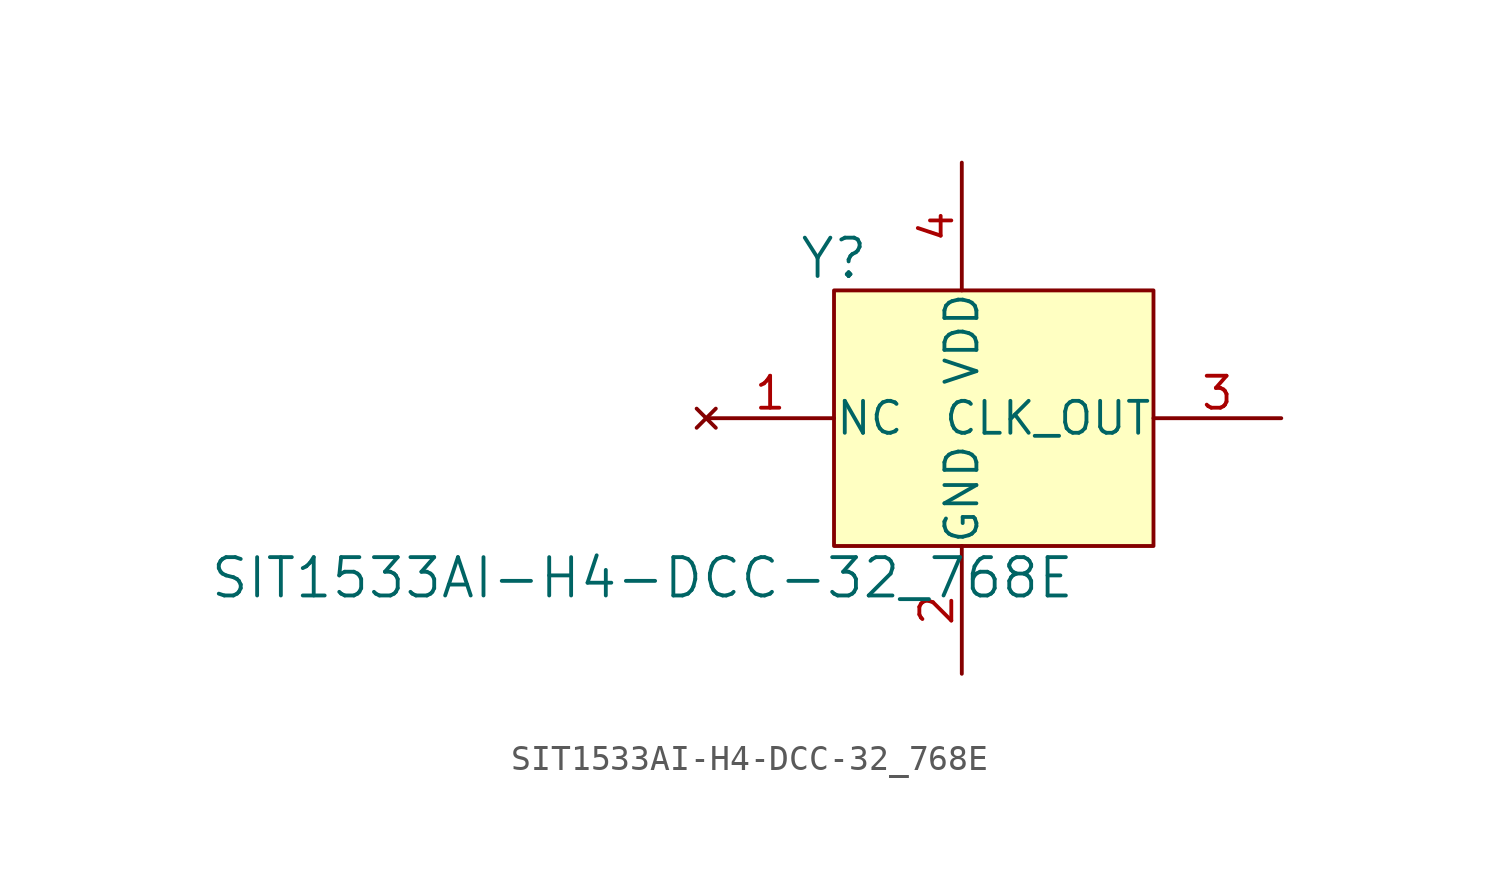
<source format=kicad_sym>
(kicad_symbol_lib
  (version 20211014)
  (generator kicad_symbol_editor)
  (symbol "SIT1533AI-H4-DCC-32_768E"
    (pin_names
      (offset 0.025))
    (property "Reference" "Y"
      (at -5.08 6.35 0)
      (effects (font (size 1.524 1.524))))
    (property "Value" "SIT1533AI-H4-DCC-32_768E"
      (at -12.7 -6.35 0)
      (effects (font (size 1.524 1.524))))
    (symbol "SIT1533AI-H4-DCC-32_768E_0_1"
      (rectangle (start 7.62 5.08) (end -5.08 -5.08) (stroke (width 0) (type default) (color 0 0 0 0)) (fill (type background))))
    (symbol "SIT1533AI-H4-DCC-32_768E_1_1"
      (pin no_connect line (at -10.16 0 0) (length 5.08) (name "NC" (effects (font (size 1.27 1.27)))) (number "1" (effects (font (size 1.27 1.27)))))
      (pin power_in line (at 0 -10.16 90) (length 5.08) (name "GND" (effects (font (size 1.27 1.27)))) (number "2" (effects (font (size 1.27 1.27)))))
      (pin output line (at 12.7 0 180) (length 5.08) (name "CLK_OUT" (effects (font (size 1.27 1.27)))) (number "3" (effects (font (size 1.27 1.27)))))
      (pin power_in line (at 0 10.16 270) (length 5.08) (name "VDD" (effects (font (size 1.27 1.27)))) (number "4" (effects (font (size 1.27 1.27))))))))
</source>
